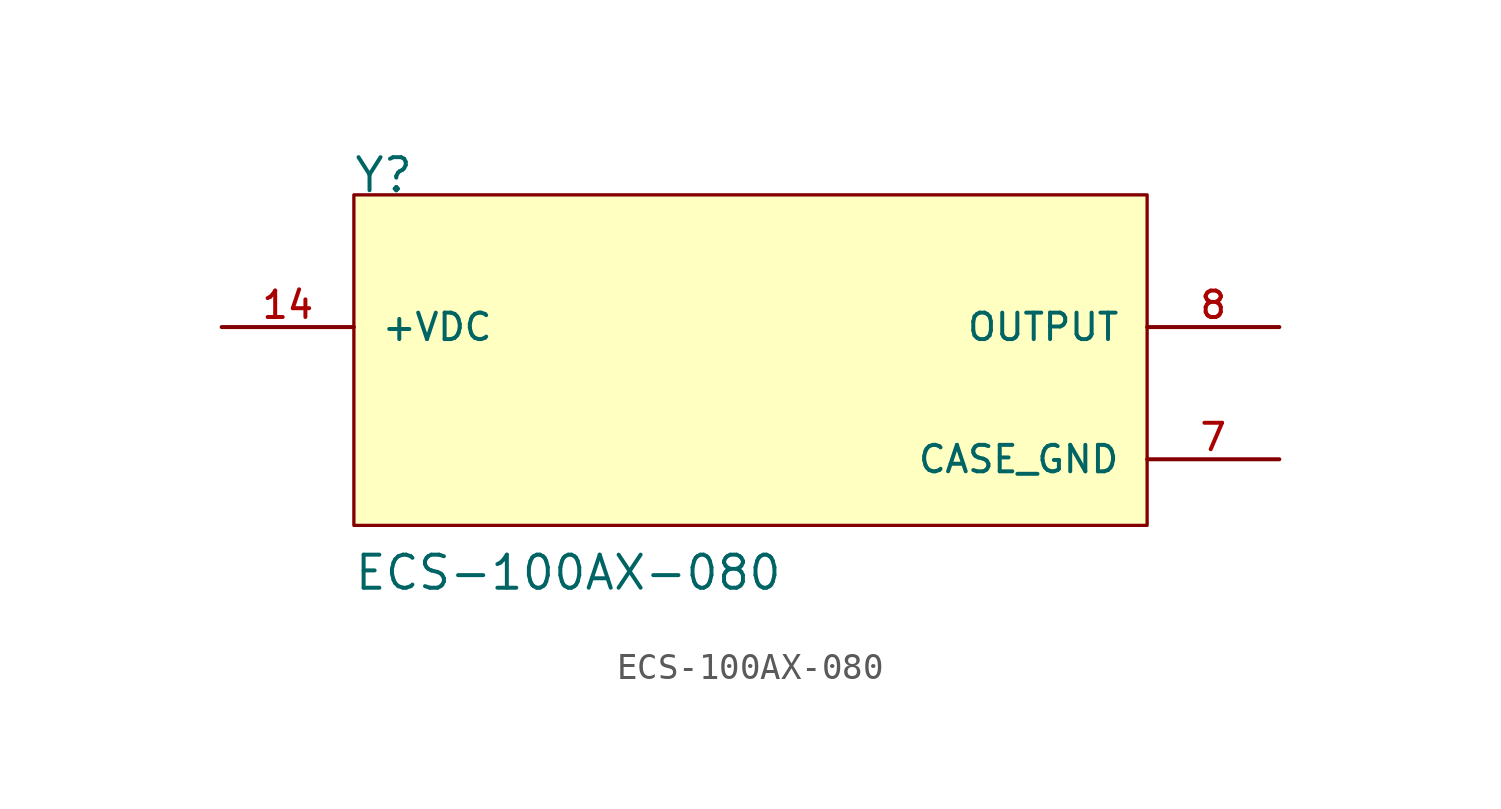
<source format=kicad_sym>
(kicad_symbol_lib
  (version 20211014)
  (generator kicad_symbol_editor)
  (symbol "ECS-100AX-080"
    (pin_names
      (offset 1.016))
    (property "Reference" "Y"
      (at -15.283 5.094 0)
      (effects (font (size 1.27 1.27)) (justify bottom left)))
    (property "Value" "ECS-100AX-080"
      (at -15.268 -10.179 0)
      (effects (font (size 1.27 1.27)) (justify bottom left)))
    (symbol "ECS-100AX-080_0_0"
      (rectangle (start -15.24 -7.62) (end 15.24 5.08) (stroke (width 0.127)) (fill (type background)))
      (pin input line (at -20.32 0.0 0) (length 5.08) (name "+VDC" (effects (font (size 1.016 1.016)))) (number "14" (effects (font (size 1.016 1.016)))))
      (pin output line (at 20.32 0.0 180.0) (length 5.08) (name "OUTPUT" (effects (font (size 1.016 1.016)))) (number "8" (effects (font (size 1.016 1.016)))))
      (pin power_in line (at 20.32 -5.08 180.0) (length 5.08) (name "CASE_GND" (effects (font (size 1.016 1.016)))) (number "7" (effects (font (size 1.016 1.016))))))))
</source>
